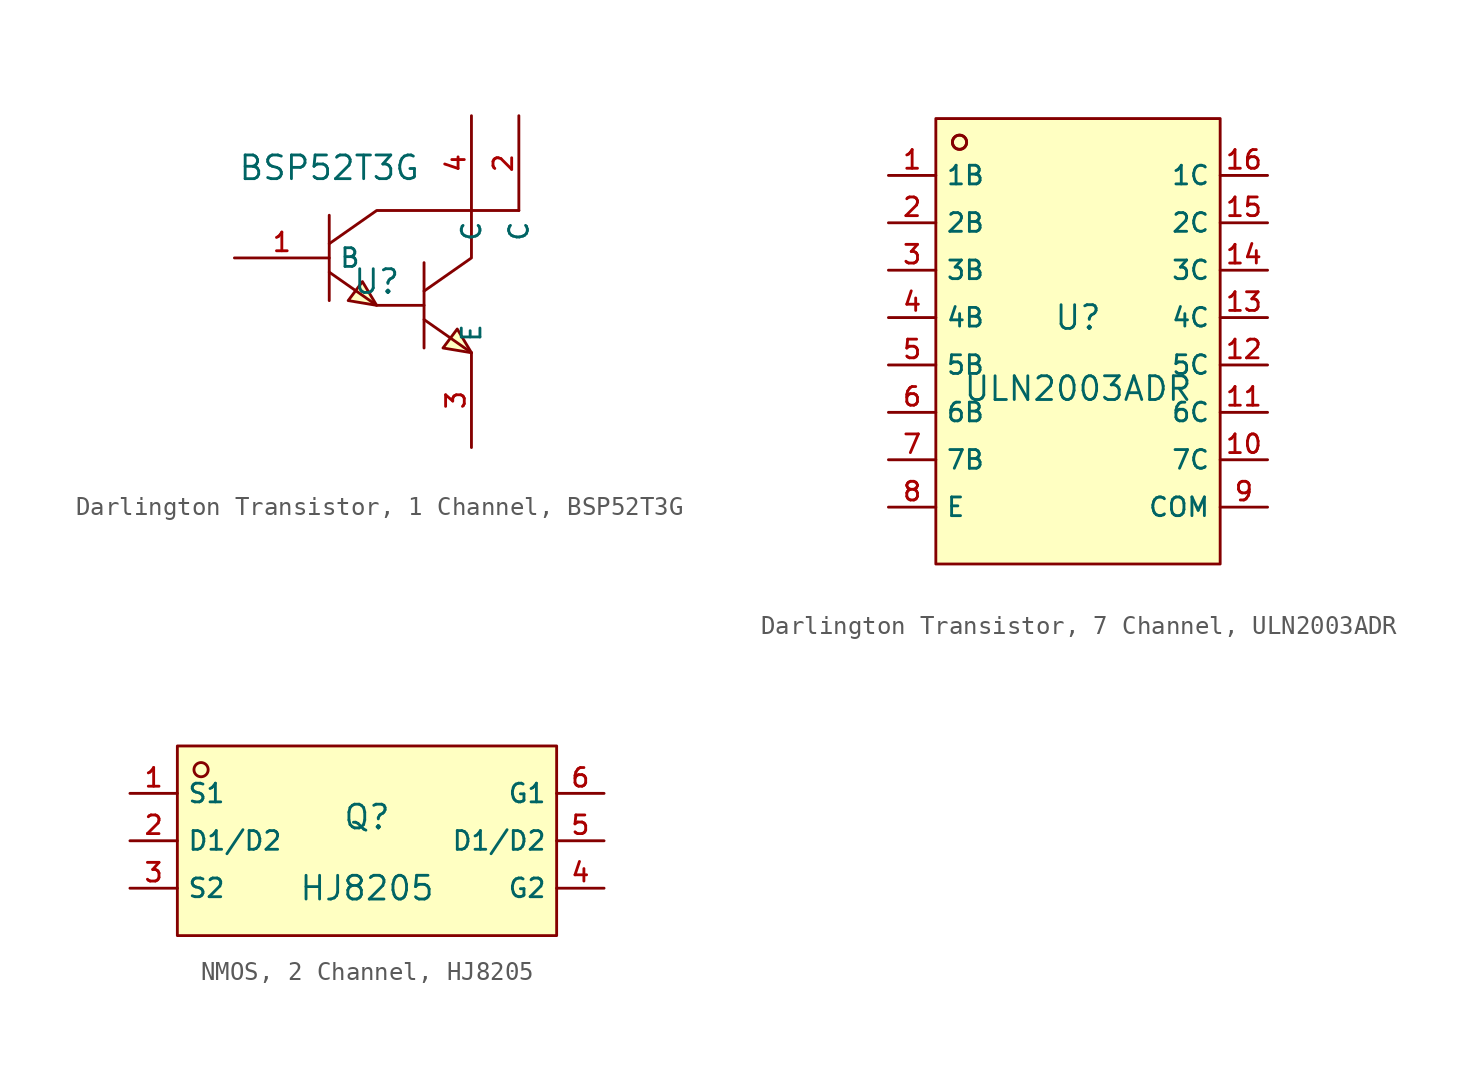
<source format=kicad_sym>
(kicad_symbol_lib
  (version 20231120)
  (generator "kicad_symbol_editor")
  (generator_version "8.0")
  (symbol "Darlington Transistor, 1 Channel, BSP52T3G"
    (property "Reference" "U"
      (at 0 1.27 0)
      (effects (font (size 1.27 1.27))))
    (property "Value" "BSP52T3G"
      (at -2.54 7.366 0)
      (effects (font (size 1.27 1.27))))
    (symbol "Darlington Transistor, 1 Channel, BSP52T3G_0_1"
      (polyline (pts (xy -2.54 4.826) (xy -2.54 0.254)) (stroke (width 0) (type default)) (fill (type none)))
      (polyline (pts (xy 2.54 -0.762) (xy 5.08 -2.54)) (stroke (width 0) (type default)) (fill (type none)))
      (polyline (pts (xy 2.54 2.286) (xy 2.54 -2.286)) (stroke (width 0) (type default)) (fill (type none)))
      (polyline (pts (xy 5.08 5.08) (xy 7.62 5.08)) (stroke (width 0) (type default)) (fill (type none)))
      (polyline (pts (xy -2.54 1.778) (xy 0 0) (xy 2.54 0)) (stroke (width 0) (type default)) (fill (type none)))
      (polyline (pts (xy -2.54 3.302) (xy 0 5.08) (xy 5.08 5.08)) (stroke (width 0) (type default)) (fill (type none)))
      (polyline (pts (xy 2.54 0.762) (xy 5.08 2.54) (xy 5.08 5.08)) (stroke (width 0) (type default)) (fill (type none)))
      (polyline (pts (xy 0 0) (xy -0.762 1.27) (xy -1.524 0.254) (xy 0 0)) (stroke (width 0) (type default)) (fill (type background)))
      (polyline (pts (xy 5.08 -2.54) (xy 4.318 -1.27) (xy 3.556 -2.286) (xy 5.08 -2.54)) (stroke (width 0) (type default)) (fill (type background)))
      (pin unspecified line (at -7.62 2.54 0) (length 5.08) (name "B" (effects (font (size 1 1)))) (number "1" (effects (font (size 1 1)))))
      (pin unspecified line (at 7.62 10.16 270) (length 5.08) (name "C" (effects (font (size 1 1)))) (number "2" (effects (font (size 1 1)))))
      (pin unspecified line (at 5.08 -7.62 90) (length 5.08) (name "E" (effects (font (size 1 1)))) (number "3" (effects (font (size 1 1)))))
      (pin unspecified line (at 5.08 10.16 270) (length 5.08) (name "C" (effects (font (size 1 1)))) (number "4" (effects (font (size 1 1)))))))
  (symbol "Darlington Transistor, 7 Channel, ULN2003ADR"
    (property "Reference" "U"
      (at 0 2.54 0)
      (effects (font (size 1.27 1.27))))
    (property "Value" "ULN2003ADR"
      (at 0 -1.27 0)
      (effects (font (size 1.27 1.27))))
    (symbol "Darlington Transistor, 7 Channel, ULN2003ADR_0_1"
      (rectangle (start -7.62 13.208) (end 7.62 -10.668) (stroke (width 0) (type default)) (fill (type background)))
      (circle (center -6.35 11.938) (radius 0.381) (stroke (width 0) (type default)) (fill (type background)))
      (circle (center -6.35 11.938) (radius 0.381) (stroke (width 0) (type default)) (fill (type background)))
      (pin unspecified line (at -10.16 10.16 0) (length 2.54) (name "1B" (effects (font (size 1 1)))) (number "1" (effects (font (size 1 1)))))
      (pin unspecified line (at 10.16 -5.08 180) (length 2.54) (name "7C" (effects (font (size 1 1)))) (number "10" (effects (font (size 1 1)))))
      (pin unspecified line (at 10.16 -2.54 180) (length 2.54) (name "6C" (effects (font (size 1 1)))) (number "11" (effects (font (size 1 1)))))
      (pin unspecified line (at 10.16 0 180) (length 2.54) (name "5C" (effects (font (size 1 1)))) (number "12" (effects (font (size 1 1)))))
      (pin unspecified line (at 10.16 2.54 180) (length 2.54) (name "4C" (effects (font (size 1 1)))) (number "13" (effects (font (size 1 1)))))
      (pin unspecified line (at 10.16 5.08 180) (length 2.54) (name "3C" (effects (font (size 1 1)))) (number "14" (effects (font (size 1 1)))))
      (pin unspecified line (at 10.16 7.62 180) (length 2.54) (name "2C" (effects (font (size 1 1)))) (number "15" (effects (font (size 1 1)))))
      (pin unspecified line (at 10.16 10.16 180) (length 2.54) (name "1C" (effects (font (size 1 1)))) (number "16" (effects (font (size 1 1)))))
      (pin unspecified line (at -10.16 7.62 0) (length 2.54) (name "2B" (effects (font (size 1 1)))) (number "2" (effects (font (size 1 1)))))
      (pin unspecified line (at -10.16 5.08 0) (length 2.54) (name "3B" (effects (font (size 1 1)))) (number "3" (effects (font (size 1 1)))))
      (pin unspecified line (at -10.16 2.54 0) (length 2.54) (name "4B" (effects (font (size 1 1)))) (number "4" (effects (font (size 1 1)))))
      (pin unspecified line (at -10.16 0 0) (length 2.54) (name "5B" (effects (font (size 1 1)))) (number "5" (effects (font (size 1 1)))))
      (pin unspecified line (at -10.16 -2.54 0) (length 2.54) (name "6B" (effects (font (size 1 1)))) (number "6" (effects (font (size 1 1)))))
      (pin unspecified line (at -10.16 -5.08 0) (length 2.54) (name "7B" (effects (font (size 1 1)))) (number "7" (effects (font (size 1 1)))))
      (pin unspecified line (at -10.16 -7.62 0) (length 2.54) (name "E" (effects (font (size 1 1)))) (number "8" (effects (font (size 1 1)))))
      (pin unspecified line (at 10.16 -7.62 180) (length 2.54) (name "COM" (effects (font (size 1 1)))) (number "9" (effects (font (size 1 1)))))))
  (symbol "NMOS, 2 Channel, HJ8205"
    (property "Reference" "Q"
      (at 0 1.27 0)
      (effects (font (size 1.27 1.27))))
    (property "Value" "HJ8205"
      (at 0 -2.54 0)
      (effects (font (size 1.27 1.27))))
    (symbol "NMOS, 2 Channel, HJ8205_0_1"
      (rectangle (start -10.16 5.08) (end 10.16 -5.08) (stroke (width 0) (type default)) (fill (type background)))
      (circle (center -8.89 3.81) (radius 0.381) (stroke (width 0) (type default)) (fill (type background)))
      (pin unspecified line (at -12.7 2.54 0) (length 2.54) (name "S1" (effects (font (size 1 1)))) (number "1" (effects (font (size 1 1)))))
      (pin unspecified line (at -12.7 0 0) (length 2.54) (name "D1/D2" (effects (font (size 1 1)))) (number "2" (effects (font (size 1 1)))))
      (pin unspecified line (at -12.7 -2.54 0) (length 2.54) (name "S2" (effects (font (size 1 1)))) (number "3" (effects (font (size 1 1)))))
      (pin unspecified line (at 12.7 -2.54 180) (length 2.54) (name "G2" (effects (font (size 1 1)))) (number "4" (effects (font (size 1 1)))))
      (pin unspecified line (at 12.7 0 180) (length 2.54) (name "D1/D2" (effects (font (size 1 1)))) (number "5" (effects (font (size 1 1)))))
      (pin unspecified line (at 12.7 2.54 180) (length 2.54) (name "G1" (effects (font (size 1 1)))) (number "6" (effects (font (size 1 1))))))))
</source>
